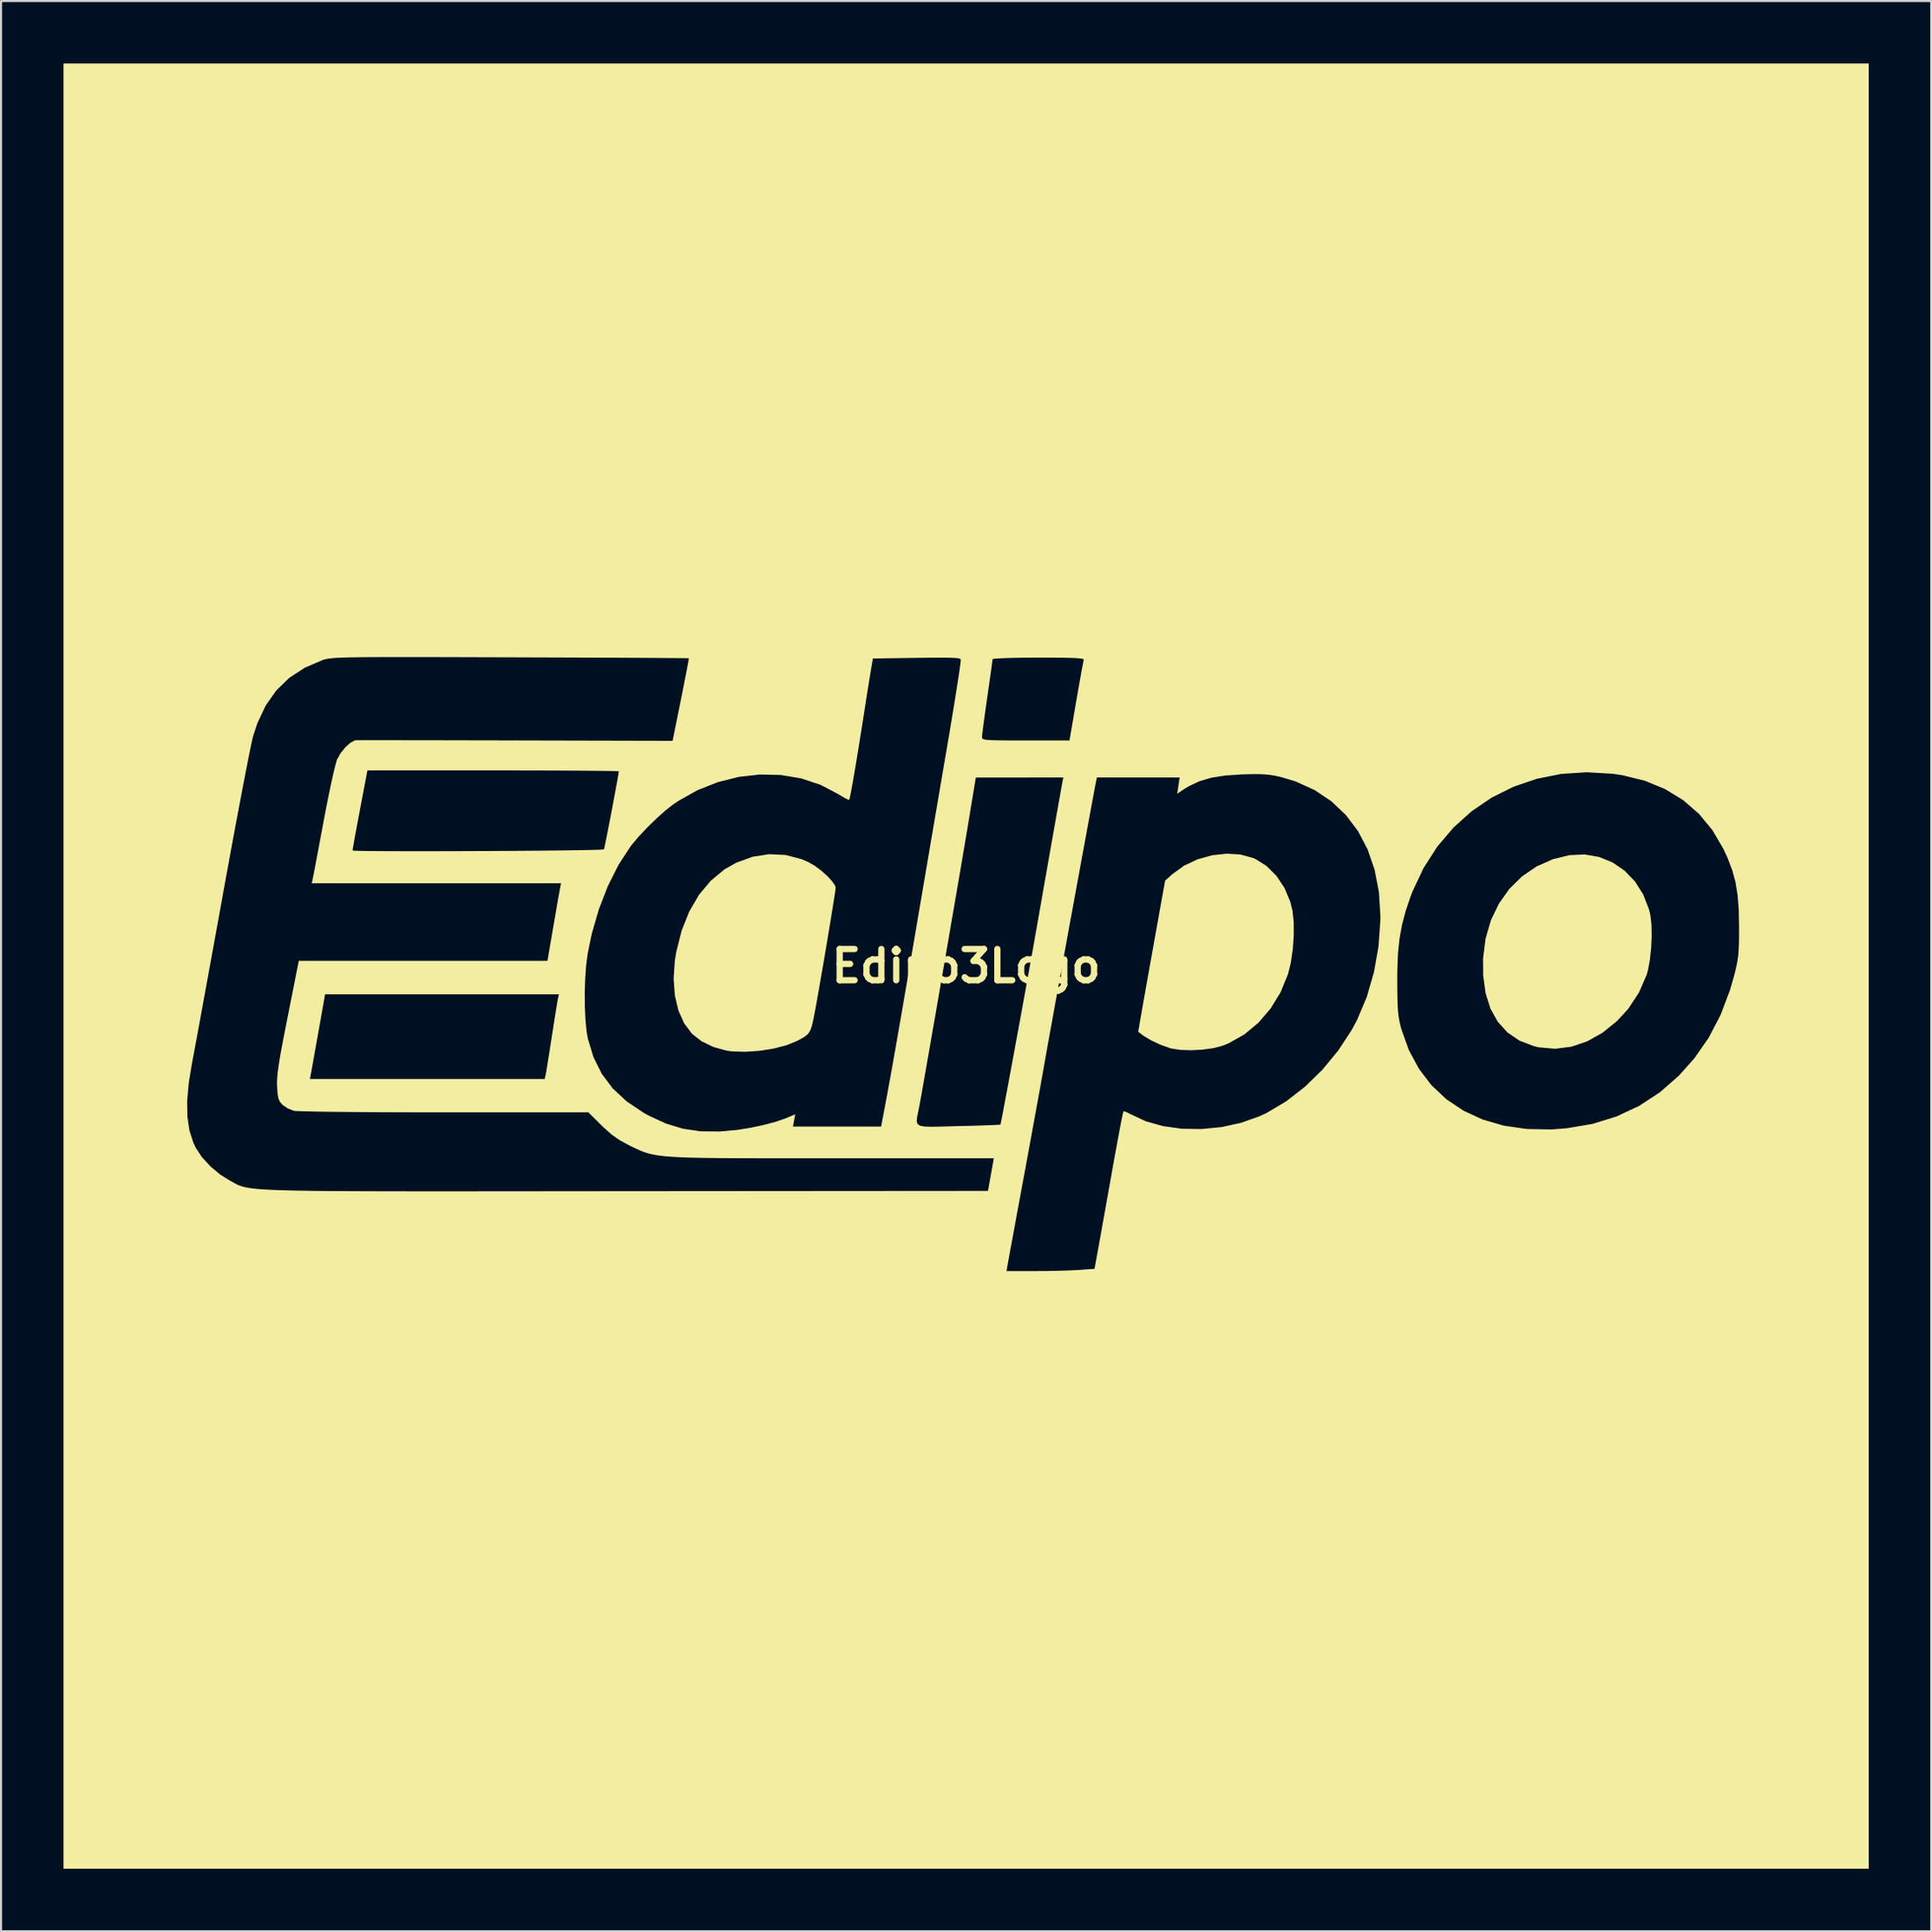
<source format=kicad_pcb>
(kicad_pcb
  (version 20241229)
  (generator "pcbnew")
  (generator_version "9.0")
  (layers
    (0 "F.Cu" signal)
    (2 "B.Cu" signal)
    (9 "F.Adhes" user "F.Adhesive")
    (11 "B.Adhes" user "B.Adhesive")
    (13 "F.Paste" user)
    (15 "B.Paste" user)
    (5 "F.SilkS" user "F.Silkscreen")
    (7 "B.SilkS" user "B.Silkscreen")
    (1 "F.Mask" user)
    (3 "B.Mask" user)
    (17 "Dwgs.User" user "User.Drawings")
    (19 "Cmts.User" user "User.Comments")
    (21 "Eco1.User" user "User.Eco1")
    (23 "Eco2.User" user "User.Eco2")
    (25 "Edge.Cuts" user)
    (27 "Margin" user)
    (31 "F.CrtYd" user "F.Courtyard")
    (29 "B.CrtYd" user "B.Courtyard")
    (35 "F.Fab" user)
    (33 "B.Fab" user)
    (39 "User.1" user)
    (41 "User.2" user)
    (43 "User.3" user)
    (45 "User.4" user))
  (footprint "Edipo3Logo"
    (layer "F.Cu")
    (at 43.349 43.349)
    (property "Reference" "Edipo3Logo" (at 0 0 0) (layer "F.SilkS") (effects (font (size 1.5 1.5) (thickness 0.3))))
    (attr board_only exclude_from_pos_files exclude_from_bom)
    (fp_poly (pts (xy 30.399 -5.243) (xy 31.046 -4.979) (xy 31.626 -4.583) (xy 32.122 -4.068) (xy 32.516 -3.447) (xy 32.793 -2.731) (xy 32.859 -2.461) (xy 32.914 -2.015) (xy 32.926 -1.465) (xy 32.899 -0.871) (xy 32.837 -0.292) (xy 32.742 0.213) (xy 32.683 0.423) (xy 32.313 1.273) (xy 31.797 2.053) (xy 31.267 2.631) (xy 30.561 3.201) (xy 29.821 3.616) (xy 29.06 3.873) (xy 28.287 3.97) (xy 27.513 3.901) (xy 27.265 3.844) (xy 26.577 3.58) (xy 26 3.188) (xy 25.534 2.674) (xy 25.182 2.042) (xy 24.947 1.295) (xy 24.831 0.437) (xy 24.827 -0.371) (xy 24.947 -1.322) (xy 25.205 -2.205) (xy 25.59 -3.005) (xy 26.091 -3.712) (xy 26.699 -4.311) (xy 27.402 -4.791) (xy 28.19 -5.138) (xy 28.967 -5.328) (xy 29.7 -5.364)) (stroke (width 0) (type solid)) (fill yes) (layer "F.SilkS"))
    (fp_poly (pts (xy 13.179 -5.359) (xy 13.796 -5.189) (xy 13.89 -5.148) (xy 14.433 -4.807) (xy 14.907 -4.332) (xy 15.292 -3.751) (xy 15.568 -3.091) (xy 15.673 -2.667) (xy 15.732 -2.125) (xy 15.736 -1.487) (xy 15.689 -0.815) (xy 15.596 -0.172) (xy 15.461 0.381) (xy 15.461 0.381) (xy 15.105 1.251) (xy 14.626 2.035) (xy 14.04 2.717) (xy 13.364 3.279) (xy 12.611 3.704) (xy 12.316 3.824) (xy 11.882 3.938) (xy 11.358 4.011) (xy 10.804 4.04) (xy 10.28 4.023) (xy 9.849 3.956) (xy 9.805 3.944) (xy 9.349 3.783) (xy 8.899 3.574) (xy 8.529 3.352) (xy 8.472 3.31) (xy 8.265 3.15) (xy 8.417 2.273) (xy 8.47 1.97) (xy 8.548 1.529) (xy 8.645 0.978) (xy 8.758 0.346) (xy 8.88 -0.338) (xy 9.007 -1.046) (xy 9.062 -1.355) (xy 9.556 -4.106) (xy 9.909 -4.422) (xy 10.469 -4.826) (xy 11.111 -5.128) (xy 11.801 -5.322) (xy 12.502 -5.401)) (stroke (width 0) (type solid)) (fill yes) (layer "F.SilkS"))
    (fp_poly (pts (xy -8.671 -5.338) (xy -7.901 -5.136) (xy -7.569 -4.993) (xy -7.268 -4.817) (xy -6.957 -4.586) (xy -6.669 -4.33) (xy -6.438 -4.08) (xy -6.295 -3.869) (xy -6.265 -3.766) (xy -6.279 -3.643) (xy -6.318 -3.377) (xy -6.379 -2.991) (xy -6.457 -2.507) (xy -6.549 -1.949) (xy -6.65 -1.341) (xy -6.757 -0.704) (xy -6.866 -0.063) (xy -6.974 0.56) (xy -7.075 1.141) (xy -7.167 1.658) (xy -7.235 2.032) (xy -7.325 2.505) (xy -7.401 2.845) (xy -7.482 3.082) (xy -7.588 3.249) (xy -7.736 3.378) (xy -7.945 3.501) (xy -8.148 3.606) (xy -8.654 3.808) (xy -9.271 3.965) (xy -9.945 4.07) (xy -10.621 4.115) (xy -11.246 4.094) (xy -11.511 4.058) (xy -12.137 3.885) (xy -12.701 3.611) (xy -13.154 3.258) (xy -13.162 3.25) (xy -13.543 2.746) (xy -13.82 2.123) (xy -13.989 1.402) (xy -14.047 0.602) (xy -13.99 -0.26) (xy -13.923 -0.675) (xy -13.662 -1.706) (xy -13.294 -2.627) (xy -12.825 -3.43) (xy -12.259 -4.106) (xy -11.603 -4.648) (xy -11.049 -4.963) (xy -10.26 -5.251) (xy -9.462 -5.376)) (stroke (width 0) (type solid)) (fill yes) (layer "F.SilkS"))
    (fp_poly (pts (xy 43.349 0) (xy 43.349 43.349) (xy 0 43.349) (xy -43.349 43.349) (xy -43.349 14.647) (xy 1.94 14.647) (xy 3.285 14.647) (xy 3.823 14.644) (xy 4.373 14.633) (xy 4.882 14.618) (xy 5.294 14.6) (xy 5.399 14.593) (xy 6.167 14.538) (xy 6.345 13.556) (xy 6.405 13.225) (xy 6.489 12.758) (xy 6.592 12.183) (xy 6.709 11.53) (xy 6.834 10.829) (xy 6.963 10.109) (xy 7.018 9.797) (xy 7.137 9.134) (xy 7.249 8.524) (xy 7.349 7.989) (xy 7.433 7.547) (xy 7.499 7.219) (xy 7.542 7.025) (xy 7.556 6.979) (xy 7.648 6.99) (xy 7.826 7.071) (xy 7.884 7.104) (xy 8.624 7.45) (xy 9.462 7.686) (xy 10.369 7.811) (xy 11.315 7.825) (xy 12.272 7.73) (xy 13.208 7.524) (xy 14.096 7.209) (xy 14.419 7.059) (xy 15.365 6.498) (xy 16.272 5.793) (xy 17.116 4.97) (xy 17.873 4.052) (xy 18.519 3.064) (xy 18.777 2.582) (xy 19.239 1.488) (xy 19.462 0.72) (xy 20.706 0.72) (xy 20.71 1.315) (xy 20.72 1.775) (xy 20.74 2.135) (xy 20.772 2.429) (xy 20.819 2.69) (xy 20.883 2.954) (xy 20.897 3.006) (xy 21.258 4.022) (xy 21.744 4.927) (xy 22.348 5.719) (xy 23.064 6.392) (xy 23.886 6.943) (xy 24.806 7.367) (xy 25.819 7.662) (xy 26.918 7.822) (xy 28.096 7.844) (xy 28.829 7.79) (xy 30.074 7.58) (xy 31.238 7.221) (xy 32.32 6.714) (xy 33.32 6.058) (xy 34.237 5.255) (xy 34.978 4.423) (xy 35.665 3.435) (xy 36.234 2.342) (xy 36.691 1.132) (xy 36.885 0.454) (xy 36.975 0.092) (xy 37.039 -0.217) (xy 37.081 -0.516) (xy 37.106 -0.846) (xy 37.118 -1.252) (xy 37.121 -1.775) (xy 37.121 -1.905) (xy 37.104 -2.727) (xy 37.049 -3.424) (xy 36.948 -4.038) (xy 36.792 -4.611) (xy 36.573 -5.186) (xy 36.368 -5.63) (xy 35.838 -6.535) (xy 35.193 -7.317) (xy 34.435 -7.973) (xy 33.57 -8.502) (xy 32.601 -8.901) (xy 31.532 -9.166) (xy 31.073 -9.235) (xy 29.803 -9.311) (xy 28.574 -9.229) (xy 27.396 -8.993) (xy 26.28 -8.611) (xy 25.234 -8.089) (xy 24.27 -7.432) (xy 23.399 -6.647) (xy 22.629 -5.74) (xy 21.973 -4.718) (xy 21.439 -3.587) (xy 21.341 -3.33) (xy 21.106 -2.632) (xy 20.933 -1.976) (xy 20.814 -1.316) (xy 20.741 -0.607) (xy 20.709 0.197) (xy 20.706 0.72) (xy 19.462 0.72) (xy 19.584 0.299) (xy 19.805 -0.946) (xy 19.894 -2.212) (xy 19.896 -2.4) (xy 19.825 -3.555) (xy 19.619 -4.625) (xy 19.283 -5.603) (xy 18.822 -6.482) (xy 18.24 -7.256) (xy 17.543 -7.916) (xy 16.736 -8.456) (xy 15.823 -8.869) (xy 15.164 -9.069) (xy 14.838 -9.144) (xy 14.538 -9.192) (xy 14.217 -9.216) (xy 13.827 -9.221) (xy 13.321 -9.21) (xy 13.259 -9.208) (xy 12.453 -9.155) (xy 11.777 -9.048) (xy 11.2 -8.877) (xy 10.69 -8.636) (xy 10.479 -8.506) (xy 10.138 -8.281) (xy 10.197 -8.67) (xy 10.255 -9.059) (xy 8.267 -9.059) (xy 6.279 -9.059) (xy 6.231 -8.826) (xy 6.198 -8.655) (xy 6.138 -8.334) (xy 6.053 -7.878) (xy 5.947 -7.306) (xy 5.823 -6.632) (xy 5.684 -5.874) (xy 5.532 -5.048) (xy 5.371 -4.17) (xy 5.204 -3.257) (xy 5.033 -2.325) (xy 4.862 -1.391) (xy 4.694 -0.47) (xy 4.532 0.42) (xy 4.378 1.263) (xy 4.236 2.043) (xy 4.109 2.743) (xy 4 3.347) (xy 3.911 3.839) (xy 3.846 4.202) (xy 3.818 4.362) (xy 3.751 4.742) (xy 3.658 5.265) (xy 3.542 5.906) (xy 3.408 6.642) (xy 3.261 7.449) (xy 3.105 8.302) (xy 2.944 9.178) (xy 2.802 9.948) (xy 2.649 10.773) (xy 2.505 11.554) (xy 2.372 12.275) (xy 2.254 12.917) (xy 2.153 13.464) (xy 2.073 13.899) (xy 2.017 14.204) (xy 1.989 14.363) (xy 1.987 14.372) (xy 1.94 14.647) (xy -43.349 14.647) (xy -43.349 6.485) (xy -37.411 6.485) (xy -37.399 7.236) (xy -37.3 7.896) (xy -37.111 8.482) (xy -37.004 8.712) (xy -36.705 9.168) (xy -36.291 9.619) (xy -35.812 10.019) (xy -35.402 10.275) (xy -35.287 10.338) (xy -35.185 10.396) (xy -35.089 10.449) (xy -34.993 10.497) (xy -34.889 10.541) (xy -34.77 10.581) (xy -34.63 10.617) (xy -34.461 10.65) (xy -34.256 10.678) (xy -34.008 10.704) (xy -33.71 10.726) (xy -33.355 10.745) (xy -32.937 10.761) (xy -32.448 10.775) (xy -31.88 10.786) (xy -31.228 10.796) (xy -30.484 10.803) (xy -29.641 10.808) (xy -28.692 10.812) (xy -27.63 10.815) (xy -26.448 10.816) (xy -25.139 10.816) (xy -23.696 10.816) (xy -22.111 10.814) (xy -20.379 10.813) (xy -18.491 10.811) (xy -16.442 10.809) (xy -16.387 10.809) (xy 1.051 10.795) (xy 1.19 10.012) (xy 1.33 9.229) (xy -6.452 9.229) (xy -7.831 9.229) (xy -9.052 9.228) (xy -10.126 9.227) (xy -11.064 9.224) (xy -11.878 9.219) (xy -12.578 9.21) (xy -13.175 9.198) (xy -13.682 9.181) (xy -14.108 9.158) (xy -14.466 9.13) (xy -14.766 9.095) (xy -15.02 9.053) (xy -15.238 9.002) (xy -15.432 8.943) (xy -15.614 8.874) (xy -15.793 8.795) (xy -15.982 8.705) (xy -16.171 8.613) (xy -16.629 8.366) (xy -17.024 8.09) (xy -17.425 7.733) (xy -17.516 7.644) (xy -18.142 7.023) (xy -25.052 7.024) (xy -26.154 7.023) (xy -27.206 7.02) (xy -28.195 7.016) (xy -29.107 7.01) (xy -29.93 7.003) (xy -30.652 6.995) (xy -31.259 6.985) (xy -31.739 6.974) (xy -32.079 6.963) (xy -32.267 6.951) (xy -32.292 6.947) (xy -32.572 6.838) (xy -32.818 6.674) (xy -32.841 6.652) (xy -32.957 6.513) (xy -33.029 6.351) (xy -33.069 6.116) (xy -33.091 5.794) (xy -33.096 5.584) (xy -33.089 5.419) (xy -31.517 5.419) (xy -25.878 5.419) (xy -20.239 5.419) (xy -20.195 5.228) (xy -20.169 5.088) (xy -20.123 4.809) (xy -20.06 4.421) (xy -19.986 3.954) (xy -19.905 3.437) (xy -19.898 3.387) (xy -19.817 2.866) (xy -19.742 2.393) (xy -19.678 1.996) (xy -19.629 1.706) (xy -19.601 1.552) (xy -19.599 1.545) (xy -19.555 1.355) (xy -25.171 1.355) (xy -30.787 1.355) (xy -31.106 3.154) (xy -31.203 3.699) (xy -31.293 4.2) (xy -31.369 4.629) (xy -31.429 4.956) (xy -31.465 5.154) (xy -31.471 5.186) (xy -31.517 5.419) (xy -33.089 5.419) (xy -33.086 5.349) (xy -33.058 5.07) (xy -33.01 4.724) (xy -32.939 4.292) (xy -32.84 3.753) (xy -32.712 3.085) (xy -32.586 2.45) (xy -32.354 1.281) (xy -18.314 1.281) (xy -18.31 1.965) (xy -18.28 2.605) (xy -18.225 3.155) (xy -18.17 3.471) (xy -17.898 4.371) (xy -17.502 5.167) (xy -16.975 5.871) (xy -16.306 6.492) (xy -15.49 7.042) (xy -15.234 7.185) (xy -14.418 7.56) (xy -13.603 7.808) (xy -12.753 7.934) (xy -11.834 7.943) (xy -10.999 7.867) (xy -10.354 7.764) (xy -9.712 7.627) (xy -9.125 7.469) (xy -8.647 7.304) (xy -8.597 7.283) (xy -8.206 7.115) (xy -8.261 7.41) (xy -8.316 7.705) (xy -6.199 7.705) (xy -4.083 7.705) (xy -4.037 7.462) (xy -2.37 7.462) (xy -2.328 7.585) (xy -2.215 7.663) (xy -2.013 7.703) (xy -1.704 7.715) (xy -1.27 7.708) (xy -0.693 7.692) (xy -0.376 7.684) (xy 0.187 7.67) (xy 0.69 7.655) (xy 1.112 7.641) (xy 1.426 7.627) (xy 1.61 7.615) (xy 1.648 7.608) (xy 1.668 7.522) (xy 1.715 7.287) (xy 1.786 6.919) (xy 1.877 6.435) (xy 1.986 5.854) (xy 2.109 5.191) (xy 2.244 4.464) (xy 2.386 3.691) (xy 2.534 2.887) (xy 2.683 2.071) (xy 2.831 1.259) (xy 2.974 0.469) (xy 3.11 -0.283) (xy 3.235 -0.98) (xy 3.345 -1.603) (xy 3.354 -1.651) (xy 3.421 -2.03) (xy 3.511 -2.544) (xy 3.62 -3.164) (xy 3.742 -3.857) (xy 3.872 -4.593) (xy 4.004 -5.341) (xy 4.069 -5.715) (xy 4.19 -6.402) (xy 4.304 -7.043) (xy 4.406 -7.618) (xy 4.493 -8.106) (xy 4.561 -8.486) (xy 4.606 -8.736) (xy 4.623 -8.826) (xy 4.67 -9.059) (xy 2.568 -9.058) (xy 0.466 -9.058) (xy 0.099 -6.836) (xy 0.025 -6.389) (xy -0.073 -5.811) (xy -0.19 -5.121) (xy -0.324 -4.335) (xy -0.472 -3.472) (xy -0.631 -2.55) (xy -0.797 -1.585) (xy -0.967 -0.595) (xy -1.14 0.401) (xy -1.31 1.386) (xy -1.476 2.343) (xy -1.635 3.253) (xy -1.782 4.1) (xy -1.916 4.864) (xy -2.033 5.53) (xy -2.13 6.078) (xy -2.204 6.492) (xy -2.246 6.719) (xy -2.311 7.038) (xy -2.358 7.282) (xy -2.37 7.462) (xy -4.037 7.462) (xy -3.862 6.54) (xy -3.763 6.009) (xy -3.653 5.409) (xy -3.531 4.73) (xy -3.395 3.961) (xy -3.242 3.091) (xy -3.072 2.108) (xy -2.881 1.003) (xy -2.669 -0.237) (xy -2.433 -1.621) (xy -2.171 -3.161) (xy -2.161 -3.217) (xy -1.997 -4.182) (xy -1.83 -5.166) (xy -1.664 -6.144) (xy -1.503 -7.089) (xy -1.351 -7.978) (xy -1.214 -8.784) (xy -1.094 -9.483) (xy -0.998 -10.048) (xy -0.971 -10.202) (xy -0.836 -10.997) (xy 0.762 -10.997) (xy 0.77 -10.947) (xy 0.806 -10.909) (xy 0.89 -10.881) (xy 1.042 -10.862) (xy 1.281 -10.849) (xy 1.627 -10.842) (xy 2.099 -10.838) (xy 2.717 -10.837) (xy 2.863 -10.837) (xy 4.964 -10.837) (xy 5.287 -12.721) (xy 5.382 -13.27) (xy 5.47 -13.765) (xy 5.545 -14.181) (xy 5.604 -14.493) (xy 5.641 -14.676) (xy 5.651 -14.711) (xy 5.629 -14.744) (xy 5.525 -14.77) (xy 5.323 -14.79) (xy 5.009 -14.803) (xy 4.566 -14.812) (xy 3.98 -14.816) (xy 3.48 -14.817) (xy 2.887 -14.814) (xy 2.354 -14.806) (xy 1.903 -14.794) (xy 1.558 -14.779) (xy 1.34 -14.761) (xy 1.27 -14.742) (xy 1.258 -14.639) (xy 1.226 -14.395) (xy 1.176 -14.035) (xy 1.113 -13.585) (xy 1.039 -13.071) (xy 1.016 -12.912) (xy 0.94 -12.377) (xy 0.873 -11.893) (xy 0.818 -11.486) (xy 0.781 -11.185) (xy 0.763 -11.016) (xy 0.762 -10.997) (xy -0.836 -10.997) (xy -0.83 -11.027) (xy -0.699 -11.813) (xy -0.579 -12.542) (xy -0.474 -13.196) (xy -0.386 -13.758) (xy -0.318 -14.209) (xy -0.274 -14.531) (xy -0.255 -14.708) (xy -0.255 -14.72) (xy -0.281 -14.756) (xy -0.372 -14.782) (xy -0.545 -14.801) (xy -0.818 -14.811) (xy -1.209 -14.815) (xy -1.735 -14.812) (xy -2.366 -14.804) (xy -4.477 -14.774) (xy -4.565 -14.266) (xy -4.606 -14.021) (xy -4.667 -13.644) (xy -4.742 -13.174) (xy -4.825 -12.646) (xy -4.909 -12.105) (xy -5.044 -11.249) (xy -5.17 -10.462) (xy -5.286 -9.757) (xy -5.388 -9.15) (xy -5.475 -8.655) (xy -5.544 -8.287) (xy -5.593 -8.059) (xy -5.616 -7.987) (xy -5.7 -8.01) (xy -5.886 -8.106) (xy -6.133 -8.255) (xy -6.141 -8.26) (xy -6.996 -8.709) (xy -7.92 -9.015) (xy -8.894 -9.179) (xy -9.9 -9.203) (xy -10.916 -9.088) (xy -11.924 -8.836) (xy -12.905 -8.447) (xy -13.838 -7.923) (xy -14.097 -7.746) (xy -14.468 -7.452) (xy -14.895 -7.067) (xy -15.335 -6.635) (xy -15.742 -6.201) (xy -16.072 -5.807) (xy -16.111 -5.757) (xy -16.69 -4.871) (xy -17.202 -3.854) (xy -17.636 -2.737) (xy -17.98 -1.55) (xy -18.177 -0.594) (xy -18.248 -0.044) (xy -18.294 0.596) (xy -18.314 1.281) (xy -32.354 1.281) (xy -32.049 -0.254) (xy -26.078 -0.254) (xy -20.107 -0.254) (xy -19.827 -1.884) (xy -19.737 -2.404) (xy -19.654 -2.881) (xy -19.584 -3.283) (xy -19.531 -3.58) (xy -19.501 -3.742) (xy -19.5 -3.747) (xy -19.454 -3.979) (xy -25.442 -3.979) (xy -31.43 -3.979) (xy -31.385 -4.17) (xy -31.359 -4.298) (xy -31.306 -4.571) (xy -31.23 -4.967) (xy -31.137 -5.463) (xy -31.12 -5.554) (xy -29.466 -5.554) (xy -29.384 -5.544) (xy -29.149 -5.536) (xy -28.777 -5.529) (xy -28.285 -5.524) (xy -27.689 -5.521) (xy -27.006 -5.519) (xy -26.252 -5.518) (xy -25.443 -5.519) (xy -24.596 -5.521) (xy -23.726 -5.524) (xy -22.852 -5.528) (xy -21.988 -5.533) (xy -21.151 -5.539) (xy -20.358 -5.546) (xy -19.625 -5.554) (xy -18.968 -5.562) (xy -18.404 -5.571) (xy -17.949 -5.581) (xy -17.619 -5.591) (xy -17.431 -5.601) (xy -17.393 -5.608) (xy -17.371 -5.694) (xy -17.324 -5.918) (xy -17.257 -6.25) (xy -17.176 -6.662) (xy -17.087 -7.124) (xy -16.994 -7.608) (xy -16.905 -8.085) (xy -16.823 -8.525) (xy -16.755 -8.899) (xy -16.706 -9.179) (xy -16.681 -9.336) (xy -16.679 -9.356) (xy -16.762 -9.363) (xy -17 -9.369) (xy -17.381 -9.375) (xy -17.891 -9.381) (xy -18.516 -9.386) (xy -19.244 -9.39) (xy -20.061 -9.394) (xy -20.953 -9.396) (xy -21.906 -9.398) (xy -22.716 -9.398) (xy -28.754 -9.398) (xy -29.111 -7.514) (xy -29.214 -6.969) (xy -29.305 -6.479) (xy -29.38 -6.068) (xy -29.434 -5.763) (xy -29.463 -5.586) (xy -29.466 -5.554) (xy -31.12 -5.554) (xy -31.029 -6.037) (xy -30.911 -6.668) (xy -30.86 -6.943) (xy -30.734 -7.604) (xy -30.609 -8.228) (xy -30.491 -8.793) (xy -30.384 -9.273) (xy -30.293 -9.644) (xy -30.226 -9.881) (xy -30.208 -9.928) (xy -30.04 -10.228) (xy -29.816 -10.507) (xy -29.576 -10.725) (xy -29.36 -10.84) (xy -29.313 -10.848) (xy -29.208 -10.849) (xy -28.947 -10.85) (xy -28.541 -10.85) (xy -28.002 -10.85) (xy -27.343 -10.85) (xy -26.577 -10.849) (xy -25.716 -10.848) (xy -24.771 -10.846) (xy -23.755 -10.844) (xy -22.682 -10.842) (xy -21.632 -10.839) (xy -14.097 -10.82) (xy -13.698 -12.794) (xy -13.588 -13.347) (xy -13.49 -13.843) (xy -13.41 -14.256) (xy -13.352 -14.565) (xy -13.321 -14.746) (xy -13.318 -14.785) (xy -13.403 -14.788) (xy -13.646 -14.791) (xy -14.036 -14.794) (xy -14.562 -14.798) (xy -15.211 -14.802) (xy -15.973 -14.807) (xy -16.837 -14.811) (xy -17.791 -14.815) (xy -18.824 -14.82) (xy -19.924 -14.824) (xy -21.081 -14.828) (xy -21.886 -14.831) (xy -23.281 -14.835) (xy -24.516 -14.839) (xy -25.602 -14.842) (xy -26.55 -14.843) (xy -27.37 -14.843) (xy -28.072 -14.842) (xy -28.665 -14.839) (xy -29.162 -14.834) (xy -29.571 -14.828) (xy -29.903 -14.819) (xy -30.169 -14.808) (xy -30.378 -14.795) (xy -30.54 -14.78) (xy -30.667 -14.761) (xy -30.769 -14.74) (xy -30.855 -14.716) (xy -30.903 -14.7) (xy -31.763 -14.331) (xy -32.502 -13.848) (xy -33.125 -13.245) (xy -33.636 -12.519) (xy -34.039 -11.664) (xy -34.243 -11.043) (xy -34.292 -10.841) (xy -34.367 -10.488) (xy -34.467 -9.996) (xy -34.588 -9.38) (xy -34.728 -8.655) (xy -34.884 -7.833) (xy -35.054 -6.931) (xy -35.234 -5.961) (xy -35.422 -4.939) (xy -35.616 -3.878) (xy -35.689 -3.471) (xy -35.886 -2.383) (xy -36.08 -1.317) (xy -36.267 -0.287) (xy -36.445 0.689) (xy -36.611 1.598) (xy -36.762 2.422) (xy -36.895 3.147) (xy -37.008 3.757) (xy -37.097 4.235) (xy -37.159 4.568) (xy -37.172 4.633) (xy -37.335 5.623) (xy -37.411 6.485) (xy -43.349 6.485) (xy -43.349 0) (xy -43.349 -43.349) (xy 0 -43.349) (xy 43.349 -43.349)) (stroke (width 0) (type solid)) (fill yes) (layer "F.SilkS")))
  (gr_rect
    (start -3 -3)
    (end 89.699 89.699)
    (stroke (width 0.1) (type default))
    (fill no)
    (layer "Edge.Cuts")))
</source>
